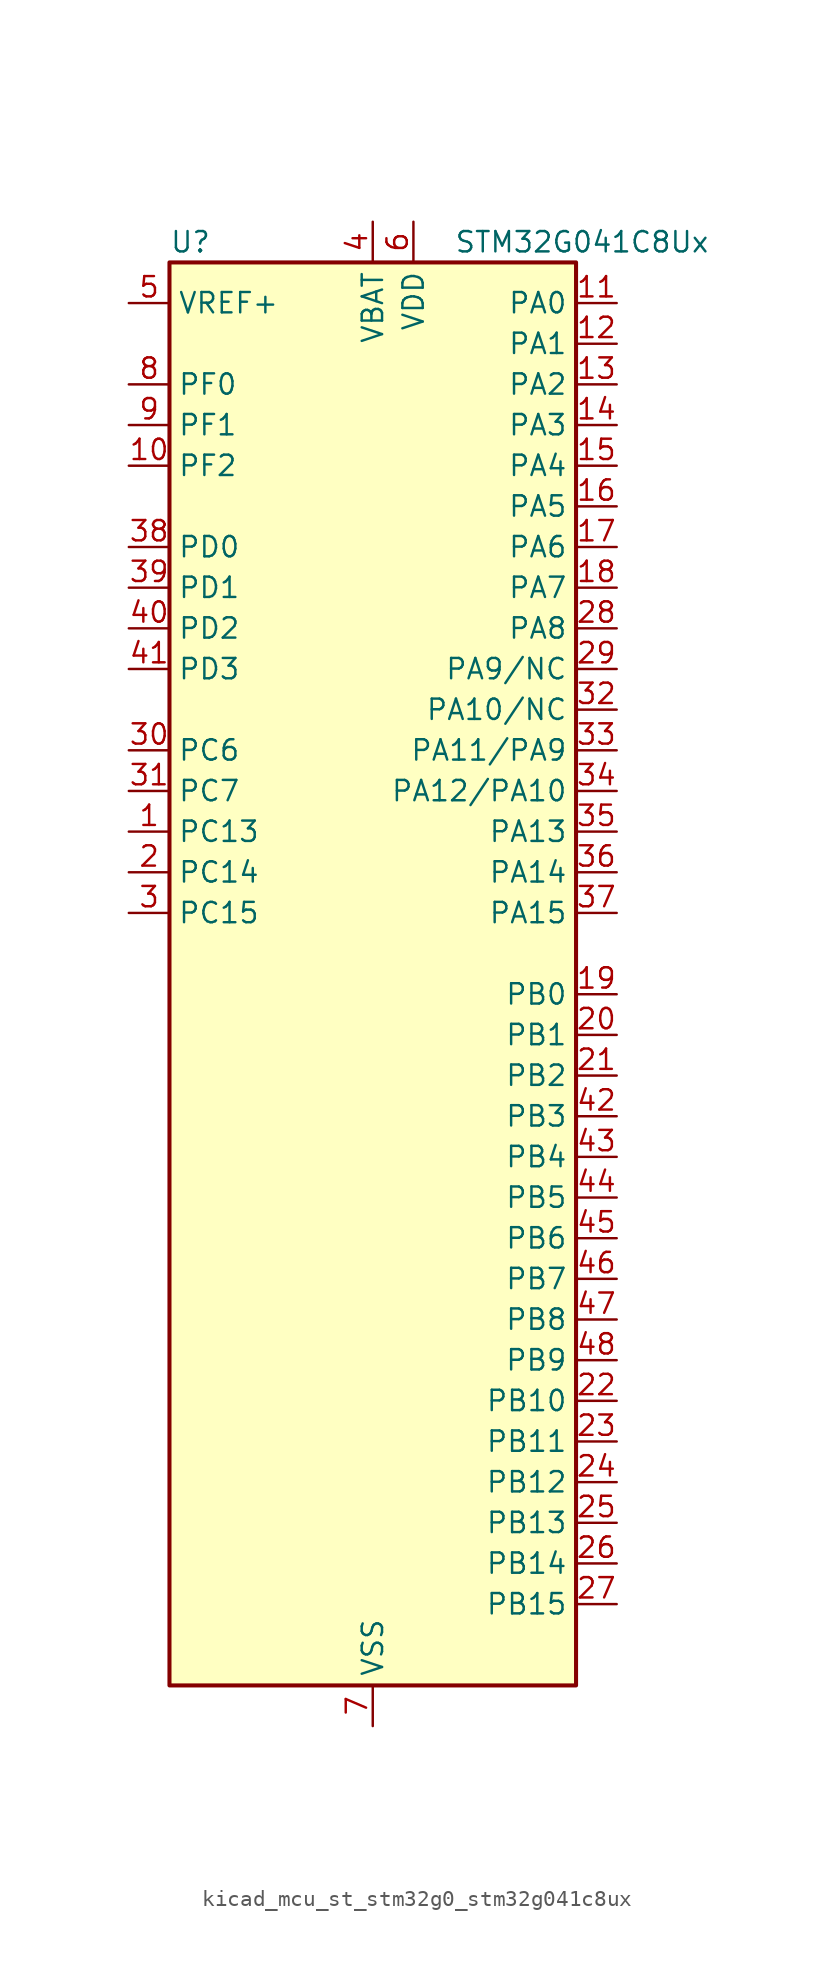
<source format=kicad_sym>
(kicad_symbol_lib
  (version 20220914)
  (generator kicad_symbol_editor)
  (symbol "kicad_mcu_st_stm32g0_stm32g041c8ux"
    (property "Reference" "U"
      (at -12.7 46.99 0)
      (effects (font (size 1.27 1.27)) (justify left)))
    (property "Value" "STM32G041C8Ux"
      (at 5.08 46.99 0)
      (effects (font (size 1.27 1.27)) (justify left)))
    (property "ki_locked" ""
      (at 0 0 0)
      (effects (font (size 1.27 1.27))))
    (symbol "kicad_mcu_st_stm32g0_stm32g041c8ux_0_1"
      (rectangle (start -12.7 -43.18) (end 12.7 45.72) (stroke (width 0.254) (type default)) (fill (type background))))
    (symbol "kicad_mcu_st_stm32g0_stm32g041c8ux_1_1"
      (pin bidirectional line (at -15.24 10.16 0) (length 2.54) (name "PC13" (effects (font (size 1.27 1.27)))) (number "1" (effects (font (size 1.27 1.27)))) (alternate "RTC_OUT_ALARM" bidirectional line) (alternate "RTC_OUT_CALIB" bidirectional line) (alternate "RTC_TAMP_IN1" bidirectional line) (alternate "RTC_TS" bidirectional line) (alternate "SYS_WKUP2" bidirectional line) (alternate "TIM1_BK" bidirectional line))
      (pin bidirectional line (at -15.24 33.02 0) (length 2.54) (name "PF2" (effects (font (size 1.27 1.27)))) (number "10" (effects (font (size 1.27 1.27)))) (alternate "RCC_MCO" bidirectional line))
      (pin bidirectional line (at 15.24 43.18 180) (length 2.54) (name "PA0" (effects (font (size 1.27 1.27)))) (number "11" (effects (font (size 1.27 1.27)))) (alternate "ADC1_IN0" bidirectional line) (alternate "LPTIM1_OUT" bidirectional line) (alternate "RTC_TAMP_IN2" bidirectional line) (alternate "SPI2_SCK" bidirectional line) (alternate "SYS_WKUP1" bidirectional line) (alternate "TIM2_CH1" bidirectional line) (alternate "TIM2_ETR" bidirectional line) (alternate "USART2_CTS" bidirectional line) (alternate "USART2_NSS" bidirectional line))
      (pin bidirectional line (at 15.24 40.64 180) (length 2.54) (name "PA1" (effects (font (size 1.27 1.27)))) (number "12" (effects (font (size 1.27 1.27)))) (alternate "ADC1_IN1" bidirectional line) (alternate "I2C1_SMBA" bidirectional line) (alternate "I2S1_CK" bidirectional line) (alternate "SPI1_SCK" bidirectional line) (alternate "TIM2_CH2" bidirectional line) (alternate "USART2_CK" bidirectional line) (alternate "USART2_DE" bidirectional line) (alternate "USART2_RTS" bidirectional line))
      (pin bidirectional line (at 15.24 38.1 180) (length 2.54) (name "PA2" (effects (font (size 1.27 1.27)))) (number "13" (effects (font (size 1.27 1.27)))) (alternate "ADC1_IN2" bidirectional line) (alternate "I2S1_SD" bidirectional line) (alternate "LPUART1_TX" bidirectional line) (alternate "RCC_LSCO" bidirectional line) (alternate "SPI1_MOSI" bidirectional line) (alternate "SYS_WKUP4" bidirectional line) (alternate "TIM2_CH3" bidirectional line) (alternate "USART2_TX" bidirectional line))
      (pin bidirectional line (at 15.24 35.56 180) (length 2.54) (name "PA3" (effects (font (size 1.27 1.27)))) (number "14" (effects (font (size 1.27 1.27)))) (alternate "ADC1_IN3" bidirectional line) (alternate "LPUART1_RX" bidirectional line) (alternate "SPI2_MISO" bidirectional line) (alternate "TIM2_CH4" bidirectional line) (alternate "USART2_RX" bidirectional line))
      (pin bidirectional line (at 15.24 33.02 180) (length 2.54) (name "PA4" (effects (font (size 1.27 1.27)))) (number "15" (effects (font (size 1.27 1.27)))) (alternate "ADC1_IN4" bidirectional line) (alternate "I2S1_WS" bidirectional line) (alternate "LPTIM2_OUT" bidirectional line) (alternate "RTC_OUT_ALARM" bidirectional line) (alternate "RTC_OUT_CALIB" bidirectional line) (alternate "SPI1_NSS" bidirectional line) (alternate "SPI2_MOSI" bidirectional line) (alternate "TIM14_CH1" bidirectional line))
      (pin bidirectional line (at 15.24 30.48 180) (length 2.54) (name "PA5" (effects (font (size 1.27 1.27)))) (number "16" (effects (font (size 1.27 1.27)))) (alternate "ADC1_IN5" bidirectional line) (alternate "I2S1_CK" bidirectional line) (alternate "LPTIM2_ETR" bidirectional line) (alternate "SPI1_SCK" bidirectional line) (alternate "TIM2_CH1" bidirectional line) (alternate "TIM2_ETR" bidirectional line))
      (pin bidirectional line (at 15.24 27.94 180) (length 2.54) (name "PA6" (effects (font (size 1.27 1.27)))) (number "17" (effects (font (size 1.27 1.27)))) (alternate "ADC1_IN6" bidirectional line) (alternate "I2S1_MCK" bidirectional line) (alternate "LPUART1_CTS" bidirectional line) (alternate "SPI1_MISO" bidirectional line) (alternate "TIM16_CH1" bidirectional line) (alternate "TIM1_BK" bidirectional line) (alternate "TIM3_CH1" bidirectional line))
      (pin bidirectional line (at 15.24 25.4 180) (length 2.54) (name "PA7" (effects (font (size 1.27 1.27)))) (number "18" (effects (font (size 1.27 1.27)))) (alternate "ADC1_IN7" bidirectional line) (alternate "I2S1_SD" bidirectional line) (alternate "SPI1_MOSI" bidirectional line) (alternate "TIM14_CH1" bidirectional line) (alternate "TIM17_CH1" bidirectional line) (alternate "TIM1_CH1N" bidirectional line) (alternate "TIM3_CH2" bidirectional line))
      (pin bidirectional line (at 15.24 0 180) (length 2.54) (name "PB0" (effects (font (size 1.27 1.27)))) (number "19" (effects (font (size 1.27 1.27)))) (alternate "ADC1_IN8" bidirectional line) (alternate "I2S1_WS" bidirectional line) (alternate "LPTIM1_OUT" bidirectional line) (alternate "SPI1_NSS" bidirectional line) (alternate "TIM1_CH2N" bidirectional line) (alternate "TIM3_CH3" bidirectional line))
      (pin bidirectional line (at -15.24 7.62 0) (length 2.54) (name "PC14" (effects (font (size 1.27 1.27)))) (number "2" (effects (font (size 1.27 1.27)))) (alternate "RCC_OSC32_IN" bidirectional line) (alternate "TIM1_BK2" bidirectional line))
      (pin bidirectional line (at 15.24 -2.54 180) (length 2.54) (name "PB1" (effects (font (size 1.27 1.27)))) (number "20" (effects (font (size 1.27 1.27)))) (alternate "ADC1_IN9" bidirectional line) (alternate "LPTIM2_IN1" bidirectional line) (alternate "LPUART1_DE" bidirectional line) (alternate "LPUART1_RTS" bidirectional line) (alternate "TIM14_CH1" bidirectional line) (alternate "TIM1_CH3N" bidirectional line) (alternate "TIM3_CH4" bidirectional line))
      (pin bidirectional line (at 15.24 -5.08 180) (length 2.54) (name "PB2" (effects (font (size 1.27 1.27)))) (number "21" (effects (font (size 1.27 1.27)))) (alternate "ADC1_IN10" bidirectional line) (alternate "LPTIM1_OUT" bidirectional line) (alternate "SPI2_MISO" bidirectional line))
      (pin bidirectional line (at 15.24 -25.4 180) (length 2.54) (name "PB10" (effects (font (size 1.27 1.27)))) (number "22" (effects (font (size 1.27 1.27)))) (alternate "ADC1_IN11" bidirectional line) (alternate "I2C2_SCL" bidirectional line) (alternate "LPUART1_RX" bidirectional line) (alternate "SPI2_SCK" bidirectional line) (alternate "TIM2_CH3" bidirectional line))
      (pin bidirectional line (at 15.24 -27.94 180) (length 2.54) (name "PB11" (effects (font (size 1.27 1.27)))) (number "23" (effects (font (size 1.27 1.27)))) (alternate "ADC1_EXTI11" bidirectional line) (alternate "ADC1_IN15" bidirectional line) (alternate "I2C2_SDA" bidirectional line) (alternate "LPUART1_TX" bidirectional line) (alternate "SPI2_MOSI" bidirectional line) (alternate "TIM2_CH4" bidirectional line))
      (pin bidirectional line (at 15.24 -30.48 180) (length 2.54) (name "PB12" (effects (font (size 1.27 1.27)))) (number "24" (effects (font (size 1.27 1.27)))) (alternate "ADC1_IN16" bidirectional line) (alternate "LPUART1_DE" bidirectional line) (alternate "LPUART1_RTS" bidirectional line) (alternate "SPI2_NSS" bidirectional line) (alternate "TIM1_BK" bidirectional line))
      (pin bidirectional line (at 15.24 -33.02 180) (length 2.54) (name "PB13" (effects (font (size 1.27 1.27)))) (number "25" (effects (font (size 1.27 1.27)))) (alternate "I2C2_SCL" bidirectional line) (alternate "LPUART1_CTS" bidirectional line) (alternate "SPI2_SCK" bidirectional line) (alternate "TIM1_CH1N" bidirectional line))
      (pin bidirectional line (at 15.24 -35.56 180) (length 2.54) (name "PB14" (effects (font (size 1.27 1.27)))) (number "26" (effects (font (size 1.27 1.27)))) (alternate "I2C2_SDA" bidirectional line) (alternate "SPI2_MISO" bidirectional line) (alternate "TIM1_CH2N" bidirectional line))
      (pin bidirectional line (at 15.24 -38.1 180) (length 2.54) (name "PB15" (effects (font (size 1.27 1.27)))) (number "27" (effects (font (size 1.27 1.27)))) (alternate "RTC_REFIN" bidirectional line) (alternate "SPI2_MOSI" bidirectional line) (alternate "TIM1_CH3N" bidirectional line))
      (pin bidirectional line (at 15.24 22.86 180) (length 2.54) (name "PA8" (effects (font (size 1.27 1.27)))) (number "28" (effects (font (size 1.27 1.27)))) (alternate "LPTIM2_OUT" bidirectional line) (alternate "RCC_MCO" bidirectional line) (alternate "SPI2_NSS" bidirectional line) (alternate "TIM1_CH1" bidirectional line))
      (pin bidirectional line (at 15.24 20.32 180) (length 2.54) (name "PA9/NC" (effects (font (size 1.27 1.27)))) (number "29" (effects (font (size 1.27 1.27)))) (alternate "I2C1_SCL" bidirectional line) (alternate "RCC_MCO" bidirectional line) (alternate "SPI2_MISO" bidirectional line) (alternate "TIM1_CH2" bidirectional line) (alternate "USART1_TX" bidirectional line))
      (pin bidirectional line (at -15.24 5.08 0) (length 2.54) (name "PC15" (effects (font (size 1.27 1.27)))) (number "3" (effects (font (size 1.27 1.27)))) (alternate "RCC_OSC32_EN" bidirectional line) (alternate "RCC_OSC32_OUT" bidirectional line) (alternate "RCC_OSC_EN" bidirectional line))
      (pin bidirectional line (at -15.24 15.24 0) (length 2.54) (name "PC6" (effects (font (size 1.27 1.27)))) (number "30" (effects (font (size 1.27 1.27)))) (alternate "TIM2_CH3" bidirectional line) (alternate "TIM3_CH1" bidirectional line))
      (pin bidirectional line (at -15.24 12.7 0) (length 2.54) (name "PC7" (effects (font (size 1.27 1.27)))) (number "31" (effects (font (size 1.27 1.27)))) (alternate "TIM2_CH4" bidirectional line) (alternate "TIM3_CH2" bidirectional line))
      (pin bidirectional line (at 15.24 17.78 180) (length 2.54) (name "PA10/NC" (effects (font (size 1.27 1.27)))) (number "32" (effects (font (size 1.27 1.27)))) (alternate "I2C1_SDA" bidirectional line) (alternate "SPI2_MOSI" bidirectional line) (alternate "TIM17_BK" bidirectional line) (alternate "TIM1_CH3" bidirectional line) (alternate "USART1_RX" bidirectional line))
      (pin bidirectional line (at 15.24 15.24 180) (length 2.54) (name "PA11/PA9" (effects (font (size 1.27 1.27)))) (number "33" (effects (font (size 1.27 1.27)))) (alternate "ADC1_EXTI11" bidirectional line) (alternate "I2C2_SCL" bidirectional line) (alternate "I2S1_MCK" bidirectional line) (alternate "SPI1_MISO" bidirectional line) (alternate "TIM1_BK2" bidirectional line) (alternate "TIM1_CH4" bidirectional line) (alternate "USART1_CTS" bidirectional line) (alternate "USART1_NSS" bidirectional line))
      (pin bidirectional line (at 15.24 12.7 180) (length 2.54) (name "PA12/PA10" (effects (font (size 1.27 1.27)))) (number "34" (effects (font (size 1.27 1.27)))) (alternate "I2C2_SDA" bidirectional line) (alternate "I2S1_SD" bidirectional line) (alternate "I2S_CKIN" bidirectional line) (alternate "SPI1_MOSI" bidirectional line) (alternate "TIM1_ETR" bidirectional line) (alternate "USART1_CK" bidirectional line) (alternate "USART1_DE" bidirectional line) (alternate "USART1_RTS" bidirectional line))
      (pin bidirectional line (at 15.24 10.16 180) (length 2.54) (name "PA13" (effects (font (size 1.27 1.27)))) (number "35" (effects (font (size 1.27 1.27)))) (alternate "ADC1_IN17" bidirectional line) (alternate "IR_OUT" bidirectional line) (alternate "SYS_SWDIO" bidirectional line))
      (pin bidirectional line (at 15.24 7.62 180) (length 2.54) (name "PA14" (effects (font (size 1.27 1.27)))) (number "36" (effects (font (size 1.27 1.27)))) (alternate "ADC1_IN18" bidirectional line) (alternate "SYS_SWCLK" bidirectional line) (alternate "USART2_TX" bidirectional line))
      (pin bidirectional line (at 15.24 5.08 180) (length 2.54) (name "PA15" (effects (font (size 1.27 1.27)))) (number "37" (effects (font (size 1.27 1.27)))) (alternate "I2S1_WS" bidirectional line) (alternate "SPI1_NSS" bidirectional line) (alternate "TIM2_CH1" bidirectional line) (alternate "TIM2_ETR" bidirectional line) (alternate "USART2_RX" bidirectional line))
      (pin bidirectional line (at -15.24 27.94 0) (length 2.54) (name "PD0" (effects (font (size 1.27 1.27)))) (number "38" (effects (font (size 1.27 1.27)))) (alternate "SPI2_NSS" bidirectional line) (alternate "TIM16_CH1" bidirectional line))
      (pin bidirectional line (at -15.24 25.4 0) (length 2.54) (name "PD1" (effects (font (size 1.27 1.27)))) (number "39" (effects (font (size 1.27 1.27)))) (alternate "SPI2_SCK" bidirectional line) (alternate "TIM17_CH1" bidirectional line))
      (pin power_in line (at 0 48.26 270) (length 2.54) (name "VBAT" (effects (font (size 1.27 1.27)))) (number "4" (effects (font (size 1.27 1.27)))))
      (pin bidirectional line (at -15.24 22.86 0) (length 2.54) (name "PD2" (effects (font (size 1.27 1.27)))) (number "40" (effects (font (size 1.27 1.27)))) (alternate "TIM1_CH1N" bidirectional line) (alternate "TIM3_ETR" bidirectional line))
      (pin bidirectional line (at -15.24 20.32 0) (length 2.54) (name "PD3" (effects (font (size 1.27 1.27)))) (number "41" (effects (font (size 1.27 1.27)))) (alternate "SPI2_MISO" bidirectional line) (alternate "TIM1_CH2N" bidirectional line) (alternate "USART2_CTS" bidirectional line) (alternate "USART2_NSS" bidirectional line))
      (pin bidirectional line (at 15.24 -7.62 180) (length 2.54) (name "PB3" (effects (font (size 1.27 1.27)))) (number "42" (effects (font (size 1.27 1.27)))) (alternate "I2S1_CK" bidirectional line) (alternate "SPI1_SCK" bidirectional line) (alternate "TIM1_CH2" bidirectional line) (alternate "TIM2_CH2" bidirectional line) (alternate "USART1_CK" bidirectional line) (alternate "USART1_DE" bidirectional line) (alternate "USART1_RTS" bidirectional line))
      (pin bidirectional line (at 15.24 -10.16 180) (length 2.54) (name "PB4" (effects (font (size 1.27 1.27)))) (number "43" (effects (font (size 1.27 1.27)))) (alternate "I2S1_MCK" bidirectional line) (alternate "SPI1_MISO" bidirectional line) (alternate "TIM17_BK" bidirectional line) (alternate "TIM3_CH1" bidirectional line) (alternate "USART1_CTS" bidirectional line) (alternate "USART1_NSS" bidirectional line))
      (pin bidirectional line (at 15.24 -12.7 180) (length 2.54) (name "PB5" (effects (font (size 1.27 1.27)))) (number "44" (effects (font (size 1.27 1.27)))) (alternate "I2C1_SMBA" bidirectional line) (alternate "I2S1_SD" bidirectional line) (alternate "LPTIM1_IN1" bidirectional line) (alternate "SPI1_MOSI" bidirectional line) (alternate "SYS_WKUP6" bidirectional line) (alternate "TIM16_BK" bidirectional line) (alternate "TIM3_CH2" bidirectional line))
      (pin bidirectional line (at 15.24 -15.24 180) (length 2.54) (name "PB6" (effects (font (size 1.27 1.27)))) (number "45" (effects (font (size 1.27 1.27)))) (alternate "I2C1_SCL" bidirectional line) (alternate "LPTIM1_ETR" bidirectional line) (alternate "SPI2_MISO" bidirectional line) (alternate "TIM16_CH1N" bidirectional line) (alternate "TIM1_CH3" bidirectional line) (alternate "USART1_TX" bidirectional line))
      (pin bidirectional line (at 15.24 -17.78 180) (length 2.54) (name "PB7" (effects (font (size 1.27 1.27)))) (number "46" (effects (font (size 1.27 1.27)))) (alternate "I2C1_SDA" bidirectional line) (alternate "LPTIM1_IN2" bidirectional line) (alternate "SPI2_MOSI" bidirectional line) (alternate "SYS_PVD_IN" bidirectional line) (alternate "TIM17_CH1N" bidirectional line) (alternate "USART1_RX" bidirectional line))
      (pin bidirectional line (at 15.24 -20.32 180) (length 2.54) (name "PB8" (effects (font (size 1.27 1.27)))) (number "47" (effects (font (size 1.27 1.27)))) (alternate "I2C1_SCL" bidirectional line) (alternate "SPI2_SCK" bidirectional line) (alternate "TIM16_CH1" bidirectional line))
      (pin bidirectional line (at 15.24 -22.86 180) (length 2.54) (name "PB9" (effects (font (size 1.27 1.27)))) (number "48" (effects (font (size 1.27 1.27)))) (alternate "I2C1_SDA" bidirectional line) (alternate "IR_OUT" bidirectional line) (alternate "SPI2_NSS" bidirectional line) (alternate "TIM17_CH1" bidirectional line))
      (pin passive line (at 0 -45.72 90) (length 2.54) hide (name "VSS" (effects (font (size 1.27 1.27)))) (number "49" (effects (font (size 1.27 1.27)))))
      (pin input line (at -15.24 43.18 0) (length 2.54) (name "VREF+" (effects (font (size 1.27 1.27)))) (number "5" (effects (font (size 1.27 1.27)))) (alternate "VREFBUF_OUT" bidirectional line))
      (pin power_in line (at 2.54 48.26 270) (length 2.54) (name "VDD" (effects (font (size 1.27 1.27)))) (number "6" (effects (font (size 1.27 1.27)))))
      (pin power_in line (at 0 -45.72 90) (length 2.54) (name "VSS" (effects (font (size 1.27 1.27)))) (number "7" (effects (font (size 1.27 1.27)))))
      (pin bidirectional line (at -15.24 38.1 0) (length 2.54) (name "PF0" (effects (font (size 1.27 1.27)))) (number "8" (effects (font (size 1.27 1.27)))) (alternate "RCC_OSC_IN" bidirectional line) (alternate "TIM14_CH1" bidirectional line))
      (pin bidirectional line (at -15.24 35.56 0) (length 2.54) (name "PF1" (effects (font (size 1.27 1.27)))) (number "9" (effects (font (size 1.27 1.27)))) (alternate "RCC_OSC_EN" bidirectional line) (alternate "RCC_OSC_OUT" bidirectional line)))))
</source>
